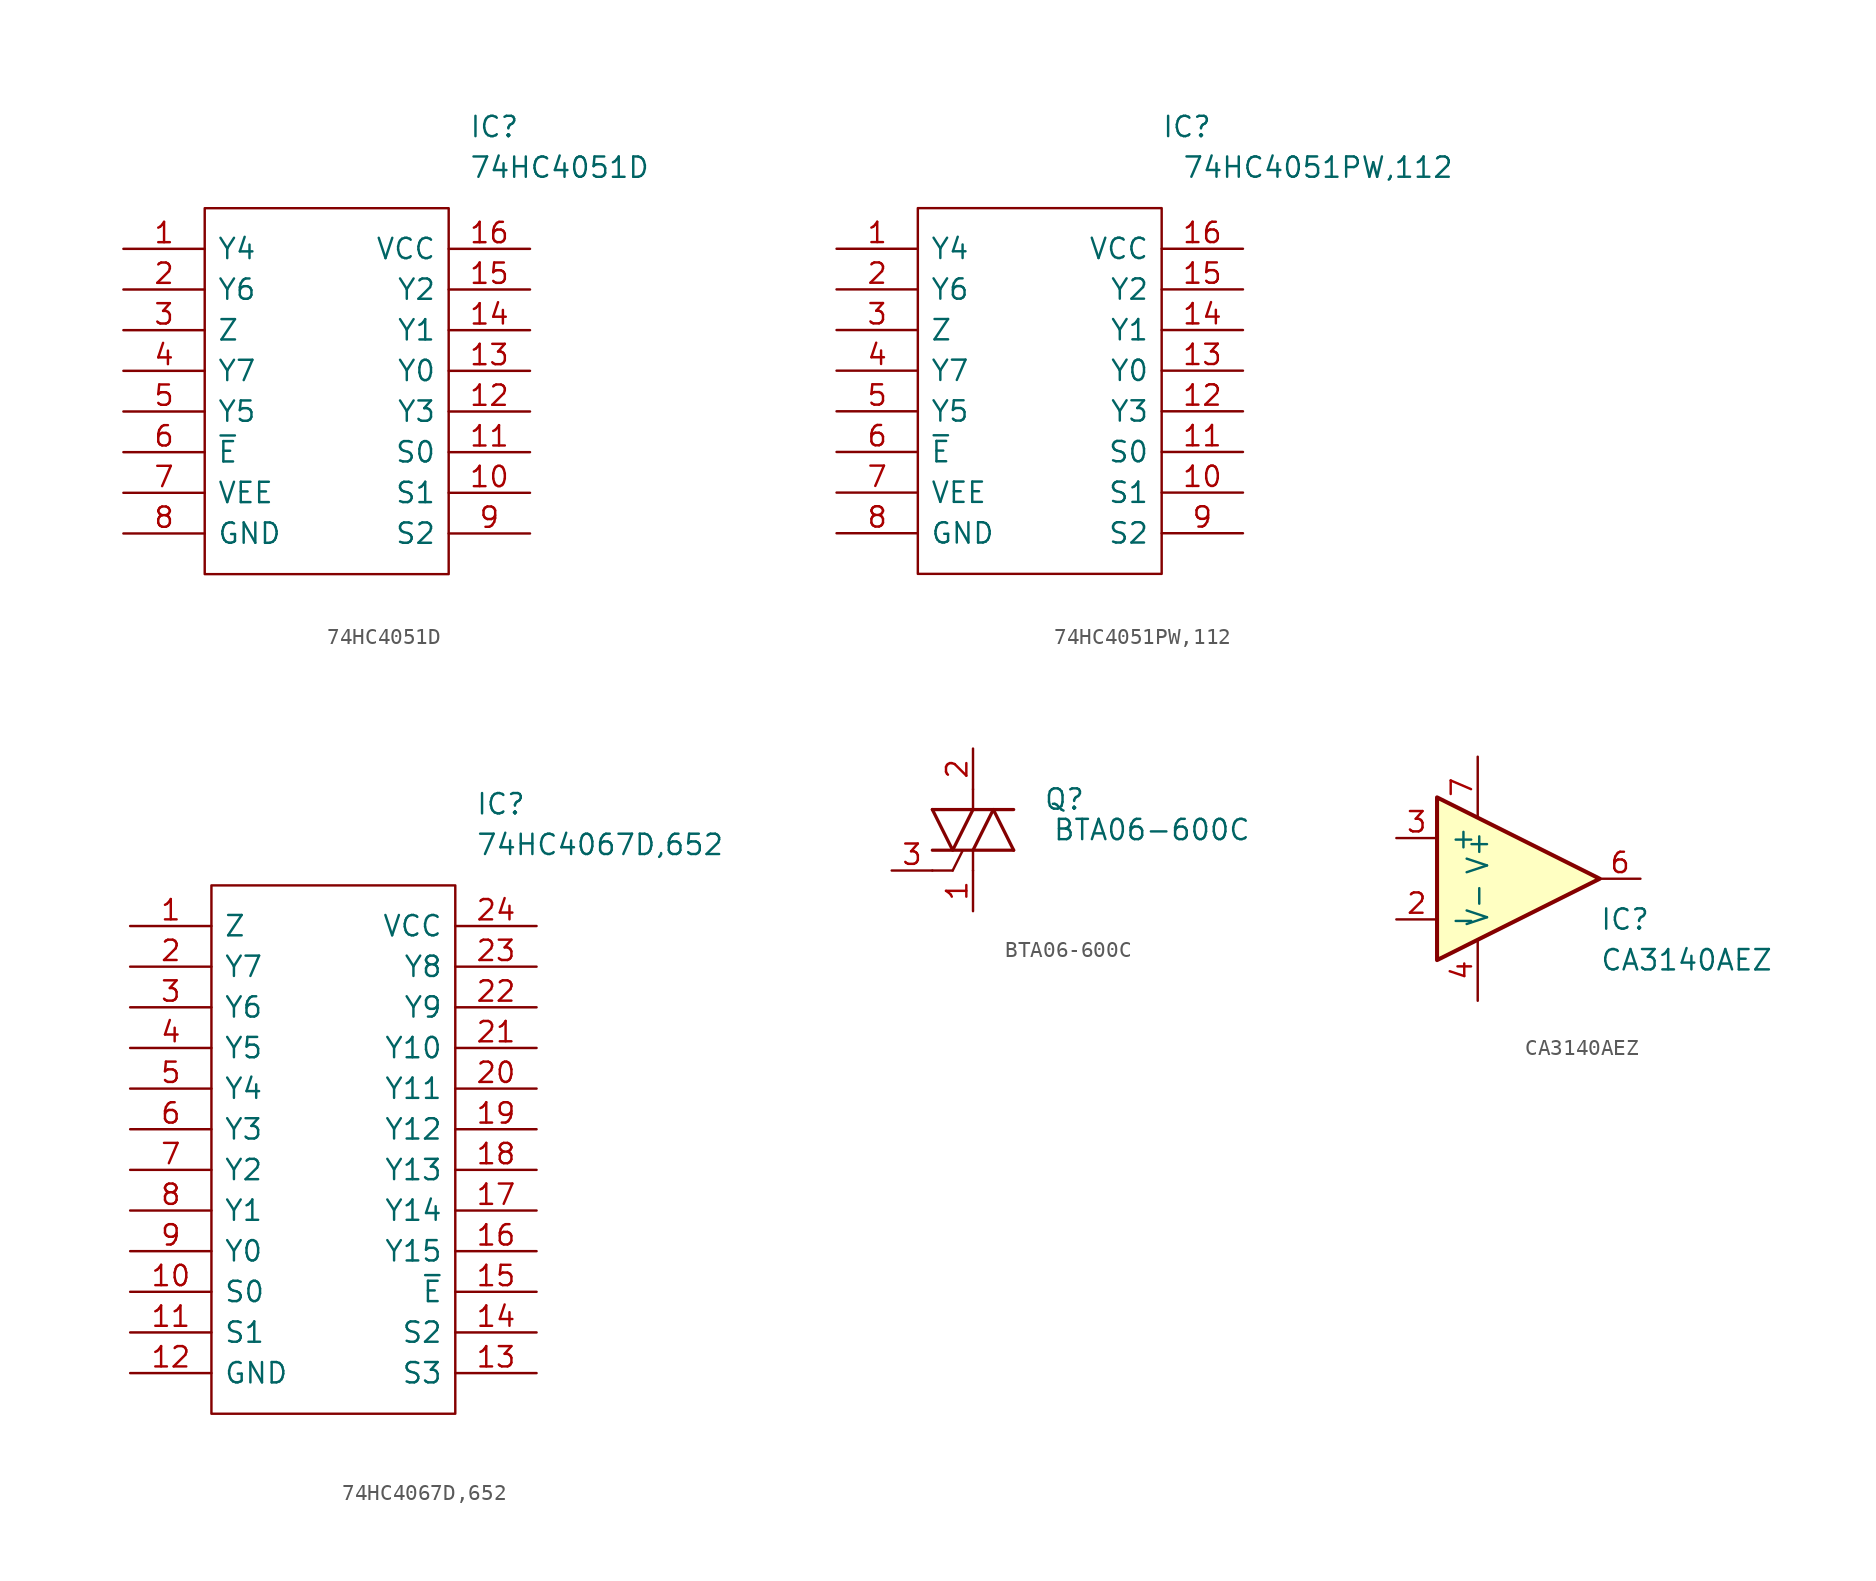
<source format=kicad_sym>
(kicad_symbol_lib
  (version 20211014)
  (generator kicad_symbol_editor)
  (symbol "74HC4051D"
    (pin_names
      (offset 0.762))
    (property "Reference" "IC"
      (at 8.89 16.51 0)
      (effects (font (size 1.27 1.27)) (justify left)))
    (property "Value" "74HC4051D"
      (at 8.89 13.97 0)
      (effects (font (size 1.27 1.27)) (justify left)))
    (symbol "74HC4051D_0_0"
      (pin passive line (at -12.7 8.89 0) (length 5.08) (name "Y4" (effects (font (size 1.27 1.27)))) (number "1" (effects (font (size 1.27 1.27)))))
      (pin passive line (at 12.7 -6.35 180) (length 5.08) (name "S1" (effects (font (size 1.27 1.27)))) (number "10" (effects (font (size 1.27 1.27)))))
      (pin passive line (at 12.7 -3.81 180) (length 5.08) (name "S0" (effects (font (size 1.27 1.27)))) (number "11" (effects (font (size 1.27 1.27)))))
      (pin passive line (at 12.7 -1.27 180) (length 5.08) (name "Y3" (effects (font (size 1.27 1.27)))) (number "12" (effects (font (size 1.27 1.27)))))
      (pin passive line (at 12.7 1.27 180) (length 5.08) (name "Y0" (effects (font (size 1.27 1.27)))) (number "13" (effects (font (size 1.27 1.27)))))
      (pin passive line (at 12.7 3.81 180) (length 5.08) (name "Y1" (effects (font (size 1.27 1.27)))) (number "14" (effects (font (size 1.27 1.27)))))
      (pin passive line (at 12.7 6.35 180) (length 5.08) (name "Y2" (effects (font (size 1.27 1.27)))) (number "15" (effects (font (size 1.27 1.27)))))
      (pin passive line (at 12.7 8.89 180) (length 5.08) (name "VCC" (effects (font (size 1.27 1.27)))) (number "16" (effects (font (size 1.27 1.27)))))
      (pin passive line (at -12.7 6.35 0) (length 5.08) (name "Y6" (effects (font (size 1.27 1.27)))) (number "2" (effects (font (size 1.27 1.27)))))
      (pin passive line (at -12.7 3.81 0) (length 5.08) (name "Z" (effects (font (size 1.27 1.27)))) (number "3" (effects (font (size 1.27 1.27)))))
      (pin passive line (at -12.7 1.27 0) (length 5.08) (name "Y7" (effects (font (size 1.27 1.27)))) (number "4" (effects (font (size 1.27 1.27)))))
      (pin passive line (at -12.7 -1.27 0) (length 5.08) (name "Y5" (effects (font (size 1.27 1.27)))) (number "5" (effects (font (size 1.27 1.27)))))
      (pin passive line (at -12.7 -3.81 0) (length 5.08) (name "~{E}" (effects (font (size 1.27 1.27)))) (number "6" (effects (font (size 1.27 1.27)))))
      (pin passive line (at -12.7 -6.35 0) (length 5.08) (name "VEE" (effects (font (size 1.27 1.27)))) (number "7" (effects (font (size 1.27 1.27)))))
      (pin passive line (at -12.7 -8.89 0) (length 5.08) (name "GND" (effects (font (size 1.27 1.27)))) (number "8" (effects (font (size 1.27 1.27)))))
      (pin passive line (at 12.7 -8.89 180) (length 5.08) (name "S2" (effects (font (size 1.27 1.27)))) (number "9" (effects (font (size 1.27 1.27))))))
    (symbol "74HC4051D_0_1"
      (polyline (pts (xy -7.62 11.43) (xy 7.62 11.43) (xy 7.62 -11.43) (xy -7.62 -11.43) (xy -7.62 11.43)) (stroke (width 0.152) (type default) (color 0 0 0 0)) (fill (type none)))))
  (symbol "74HC4051PW,112"
    (pin_names
      (offset 0.762))
    (property "Reference" "IC"
      (at 7.62 16.51 0)
      (effects (font (size 1.27 1.27)) (justify left)))
    (property "Value" "74HC4051PW,112"
      (at 8.89 13.97 0)
      (effects (font (size 1.27 1.27)) (justify left)))
    (symbol "74HC4051PW,112_0_0"
      (pin passive line (at -12.7 8.89 0) (length 5.08) (name "Y4" (effects (font (size 1.27 1.27)))) (number "1" (effects (font (size 1.27 1.27)))))
      (pin passive line (at 12.7 -6.35 180) (length 5.08) (name "S1" (effects (font (size 1.27 1.27)))) (number "10" (effects (font (size 1.27 1.27)))))
      (pin passive line (at 12.7 -3.81 180) (length 5.08) (name "S0" (effects (font (size 1.27 1.27)))) (number "11" (effects (font (size 1.27 1.27)))))
      (pin passive line (at 12.7 -1.27 180) (length 5.08) (name "Y3" (effects (font (size 1.27 1.27)))) (number "12" (effects (font (size 1.27 1.27)))))
      (pin passive line (at 12.7 1.27 180) (length 5.08) (name "Y0" (effects (font (size 1.27 1.27)))) (number "13" (effects (font (size 1.27 1.27)))))
      (pin passive line (at 12.7 3.81 180) (length 5.08) (name "Y1" (effects (font (size 1.27 1.27)))) (number "14" (effects (font (size 1.27 1.27)))))
      (pin passive line (at 12.7 6.35 180) (length 5.08) (name "Y2" (effects (font (size 1.27 1.27)))) (number "15" (effects (font (size 1.27 1.27)))))
      (pin passive line (at 12.7 8.89 180) (length 5.08) (name "VCC" (effects (font (size 1.27 1.27)))) (number "16" (effects (font (size 1.27 1.27)))))
      (pin passive line (at -12.7 6.35 0) (length 5.08) (name "Y6" (effects (font (size 1.27 1.27)))) (number "2" (effects (font (size 1.27 1.27)))))
      (pin passive line (at -12.7 3.81 0) (length 5.08) (name "Z" (effects (font (size 1.27 1.27)))) (number "3" (effects (font (size 1.27 1.27)))))
      (pin passive line (at -12.7 1.27 0) (length 5.08) (name "Y7" (effects (font (size 1.27 1.27)))) (number "4" (effects (font (size 1.27 1.27)))))
      (pin passive line (at -12.7 -1.27 0) (length 5.08) (name "Y5" (effects (font (size 1.27 1.27)))) (number "5" (effects (font (size 1.27 1.27)))))
      (pin passive line (at -12.7 -3.81 0) (length 5.08) (name "~{E}" (effects (font (size 1.27 1.27)))) (number "6" (effects (font (size 1.27 1.27)))))
      (pin passive line (at -12.7 -6.35 0) (length 5.08) (name "VEE" (effects (font (size 1.27 1.27)))) (number "7" (effects (font (size 1.27 1.27)))))
      (pin passive line (at -12.7 -8.89 0) (length 5.08) (name "GND" (effects (font (size 1.27 1.27)))) (number "8" (effects (font (size 1.27 1.27)))))
      (pin passive line (at 12.7 -8.89 180) (length 5.08) (name "S2" (effects (font (size 1.27 1.27)))) (number "9" (effects (font (size 1.27 1.27))))))
    (symbol "74HC4051PW,112_0_1"
      (polyline (pts (xy -7.62 11.43) (xy 7.62 11.43) (xy 7.62 -11.43) (xy -7.62 -11.43) (xy -7.62 11.43)) (stroke (width 0.152) (type default) (color 0 0 0 0)) (fill (type none)))))
  (symbol "74HC4067D,652"
    (pin_names
      (offset 0.762))
    (property "Reference" "IC"
      (at 8.89 21.59 0)
      (effects (font (size 1.27 1.27)) (justify left)))
    (property "Value" "74HC4067D,652"
      (at 8.89 19.05 0)
      (effects (font (size 1.27 1.27)) (justify left)))
    (symbol "74HC4067D,652_0_0"
      (pin passive line (at -12.7 13.97 0) (length 5.08) (name "Z" (effects (font (size 1.27 1.27)))) (number "1" (effects (font (size 1.27 1.27)))))
      (pin passive line (at -12.7 -8.89 0) (length 5.08) (name "S0" (effects (font (size 1.27 1.27)))) (number "10" (effects (font (size 1.27 1.27)))))
      (pin passive line (at -12.7 -11.43 0) (length 5.08) (name "S1" (effects (font (size 1.27 1.27)))) (number "11" (effects (font (size 1.27 1.27)))))
      (pin passive line (at -12.7 -13.97 0) (length 5.08) (name "GND" (effects (font (size 1.27 1.27)))) (number "12" (effects (font (size 1.27 1.27)))))
      (pin passive line (at 12.7 -13.97 180) (length 5.08) (name "S3" (effects (font (size 1.27 1.27)))) (number "13" (effects (font (size 1.27 1.27)))))
      (pin passive line (at 12.7 -11.43 180) (length 5.08) (name "S2" (effects (font (size 1.27 1.27)))) (number "14" (effects (font (size 1.27 1.27)))))
      (pin passive line (at 12.7 -8.89 180) (length 5.08) (name "~{E}" (effects (font (size 1.27 1.27)))) (number "15" (effects (font (size 1.27 1.27)))))
      (pin passive line (at 12.7 -6.35 180) (length 5.08) (name "Y15" (effects (font (size 1.27 1.27)))) (number "16" (effects (font (size 1.27 1.27)))))
      (pin passive line (at 12.7 -3.81 180) (length 5.08) (name "Y14" (effects (font (size 1.27 1.27)))) (number "17" (effects (font (size 1.27 1.27)))))
      (pin passive line (at 12.7 -1.27 180) (length 5.08) (name "Y13" (effects (font (size 1.27 1.27)))) (number "18" (effects (font (size 1.27 1.27)))))
      (pin passive line (at 12.7 1.27 180) (length 5.08) (name "Y12" (effects (font (size 1.27 1.27)))) (number "19" (effects (font (size 1.27 1.27)))))
      (pin passive line (at -12.7 11.43 0) (length 5.08) (name "Y7" (effects (font (size 1.27 1.27)))) (number "2" (effects (font (size 1.27 1.27)))))
      (pin passive line (at 12.7 3.81 180) (length 5.08) (name "Y11" (effects (font (size 1.27 1.27)))) (number "20" (effects (font (size 1.27 1.27)))))
      (pin passive line (at 12.7 6.35 180) (length 5.08) (name "Y10" (effects (font (size 1.27 1.27)))) (number "21" (effects (font (size 1.27 1.27)))))
      (pin passive line (at 12.7 8.89 180) (length 5.08) (name "Y9" (effects (font (size 1.27 1.27)))) (number "22" (effects (font (size 1.27 1.27)))))
      (pin passive line (at 12.7 11.43 180) (length 5.08) (name "Y8" (effects (font (size 1.27 1.27)))) (number "23" (effects (font (size 1.27 1.27)))))
      (pin passive line (at 12.7 13.97 180) (length 5.08) (name "VCC" (effects (font (size 1.27 1.27)))) (number "24" (effects (font (size 1.27 1.27)))))
      (pin passive line (at -12.7 8.89 0) (length 5.08) (name "Y6" (effects (font (size 1.27 1.27)))) (number "3" (effects (font (size 1.27 1.27)))))
      (pin passive line (at -12.7 6.35 0) (length 5.08) (name "Y5" (effects (font (size 1.27 1.27)))) (number "4" (effects (font (size 1.27 1.27)))))
      (pin passive line (at -12.7 3.81 0) (length 5.08) (name "Y4" (effects (font (size 1.27 1.27)))) (number "5" (effects (font (size 1.27 1.27)))))
      (pin passive line (at -12.7 1.27 0) (length 5.08) (name "Y3" (effects (font (size 1.27 1.27)))) (number "6" (effects (font (size 1.27 1.27)))))
      (pin passive line (at -12.7 -1.27 0) (length 5.08) (name "Y2" (effects (font (size 1.27 1.27)))) (number "7" (effects (font (size 1.27 1.27)))))
      (pin passive line (at -12.7 -3.81 0) (length 5.08) (name "Y1" (effects (font (size 1.27 1.27)))) (number "8" (effects (font (size 1.27 1.27)))))
      (pin passive line (at -12.7 -6.35 0) (length 5.08) (name "Y0" (effects (font (size 1.27 1.27)))) (number "9" (effects (font (size 1.27 1.27))))))
    (symbol "74HC4067D,652_0_1"
      (polyline (pts (xy -7.62 16.51) (xy 7.62 16.51) (xy 7.62 -16.51) (xy -7.62 -16.51) (xy -7.62 16.51)) (stroke (width 0.152) (type default) (color 0 0 0 0)) (fill (type none)))))
  (symbol "BTA06-600C"
    (pin_names
      (offset 1.016) hide)
    (property "Reference" "Q"
      (at 5.715 1.905 0)
      (effects (font (size 1.27 1.27))))
    (property "Value" "BTA06-600C"
      (at 11.176 0 0)
      (effects (font (size 1.27 1.27))))
    (symbol "BTA06-600C_0_1"
      (rectangle (start -2.54 -2.54) (end -1.27 -2.54) (stroke (width 0) (type default) (color 0 0 0 0)) (fill (type none)))
      (rectangle (start 0 -2.54) (end 0 -1.27) (stroke (width 0) (type default) (color 0 0 0 0)) (fill (type none)))
      (rectangle (start 0 1.27) (end 0 2.54) (stroke (width 0) (type default) (color 0 0 0 0)) (fill (type none))))
    (symbol "BTA06-600C_1_1"
      (polyline (pts (xy -2.54 -1.27) (xy 2.54 -1.27)) (stroke (width 0.203) (type default) (color 0 0 0 0)) (fill (type none)))
      (polyline (pts (xy -2.54 1.27) (xy 2.54 1.27)) (stroke (width 0.203) (type default) (color 0 0 0 0)) (fill (type none)))
      (polyline (pts (xy -1.27 -2.54) (xy -0.635 -1.27)) (stroke (width 0) (type default) (color 0 0 0 0)) (fill (type none)))
      (polyline (pts (xy -2.54 1.27) (xy -1.27 -1.27) (xy 0 1.27)) (stroke (width 0.203) (type default) (color 0 0 0 0)) (fill (type none)))
      (polyline (pts (xy 0 -1.27) (xy 1.27 1.27) (xy 2.54 -1.27)) (stroke (width 0.203) (type default) (color 0 0 0 0)) (fill (type none)))
      (pin passive line (at 0 -5.08 90) (length 2.54) (name "A1" (effects (font (size 0.635 0.635)))) (number "1" (effects (font (size 1.27 1.27)))))
      (pin passive line (at 0 5.08 270) (length 2.54) (name "A2" (effects (font (size 0.635 0.635)))) (number "2" (effects (font (size 1.27 1.27)))))
      (pin input line (at -5.08 -2.54 0) (length 2.54) (name "G" (effects (font (size 0.635 0.635)))) (number "3" (effects (font (size 1.27 1.27)))))))
  (symbol "CA3140AEZ"
    (pin_names
      (offset 0.762))
    (property "Reference" "IC"
      (at 5.08 -2.54 0)
      (effects (font (size 1.27 1.27)) (justify left)))
    (property "Value" "CA3140AEZ"
      (at 5.08 -5.08 0)
      (effects (font (size 1.27 1.27)) (justify left)))
    (symbol "CA3140AEZ_0_0"
      (pin passive line (at 0 -7.62 90) (length 5.08) hide (name "OFFSET_NULL_1" (effects (font (size 1.27 1.27)))) (number "1" (effects (font (size 1.27 1.27)))))
      (pin passive line (at 2.54 -6.35 90) (length 5.08) hide (name "OFFSET_NULL_2" (effects (font (size 1.27 1.27)))) (number "5" (effects (font (size 1.27 1.27)))))
      (pin passive line (at 2.54 6.35 270) (length 5.08) hide (name "STROBE" (effects (font (size 1.27 1.27)))) (number "8" (effects (font (size 1.27 1.27))))))
    (symbol "CA3140AEZ_1_1"
      (polyline (pts (xy -5.08 5.08) (xy 5.08 0) (xy -5.08 -5.08) (xy -5.08 5.08)) (stroke (width 0.254) (type default) (color 0 0 0 0)) (fill (type background)))
      (pin input line (at -7.62 -2.54 0) (length 2.54) (name "-" (effects (font (size 1.27 1.27)))) (number "2" (effects (font (size 1.27 1.27)))))
      (pin input line (at -7.62 2.54 0) (length 2.54) (name "+" (effects (font (size 1.27 1.27)))) (number "3" (effects (font (size 1.27 1.27)))))
      (pin power_in line (at -2.54 -7.62 90) (length 3.81) (name "V-" (effects (font (size 1.27 1.27)))) (number "4" (effects (font (size 1.27 1.27)))))
      (pin output line (at 7.62 0 180) (length 2.54) (name "~" (effects (font (size 1.27 1.27)))) (number "6" (effects (font (size 1.27 1.27)))))
      (pin power_in line (at -2.54 7.62 270) (length 3.81) (name "V+" (effects (font (size 1.27 1.27)))) (number "7" (effects (font (size 1.27 1.27))))))))
</source>
